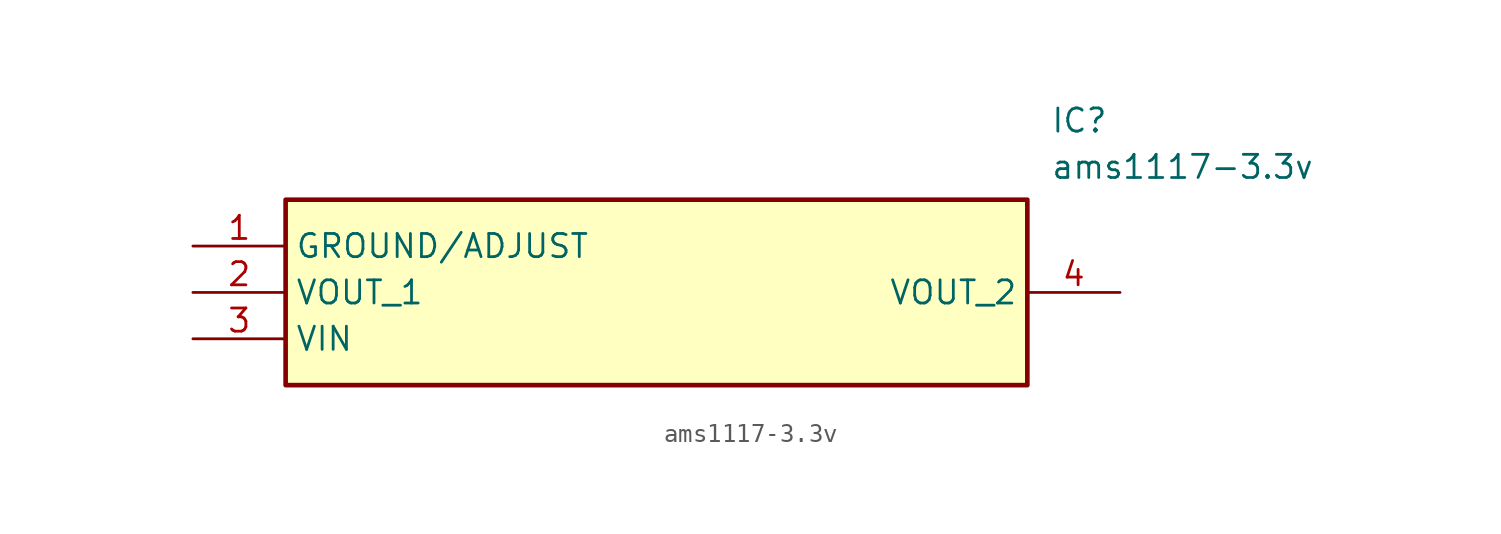
<source format=kicad_sym>
(kicad_symbol_lib
  (version 20211014)
  (generator SamacSys_ECAD_Model)
  (symbol "ams1117-3.3v"
    (property "Reference" "IC"
      (at 46.99 7.62 0)
      (effects (font (size 1.27 1.27)) (justify left top)))
    (property "Value" "ams1117-3.3v"
      (at 46.99 5.08 0)
      (effects (font (size 1.27 1.27)) (justify left top)))
    (rectangle
      (start 5.08 2.54)
      (end 45.72 -7.62)
      (stroke (width 0.254) (type default))
      (fill (type background)))
    (pin passive line
      (at 0 0 0)
      (length 5.08)
      (name "GROUND/ADJUST" (effects (font (size 1.27 1.27))))
      (number "1" (effects (font (size 1.27 1.27)))))
    (pin passive line
      (at 0 -2.54 0)
      (length 5.08)
      (name "VOUT_1" (effects (font (size 1.27 1.27))))
      (number "2" (effects (font (size 1.27 1.27)))))
    (pin passive line
      (at 0 -5.08 0)
      (length 5.08)
      (name "VIN" (effects (font (size 1.27 1.27))))
      (number "3" (effects (font (size 1.27 1.27)))))
    (pin passive line
      (at 50.8 -2.54 180)
      (length 5.08)
      (name "VOUT_2" (effects (font (size 1.27 1.27))))
      (number "4" (effects (font (size 1.27 1.27)))))))
</source>
